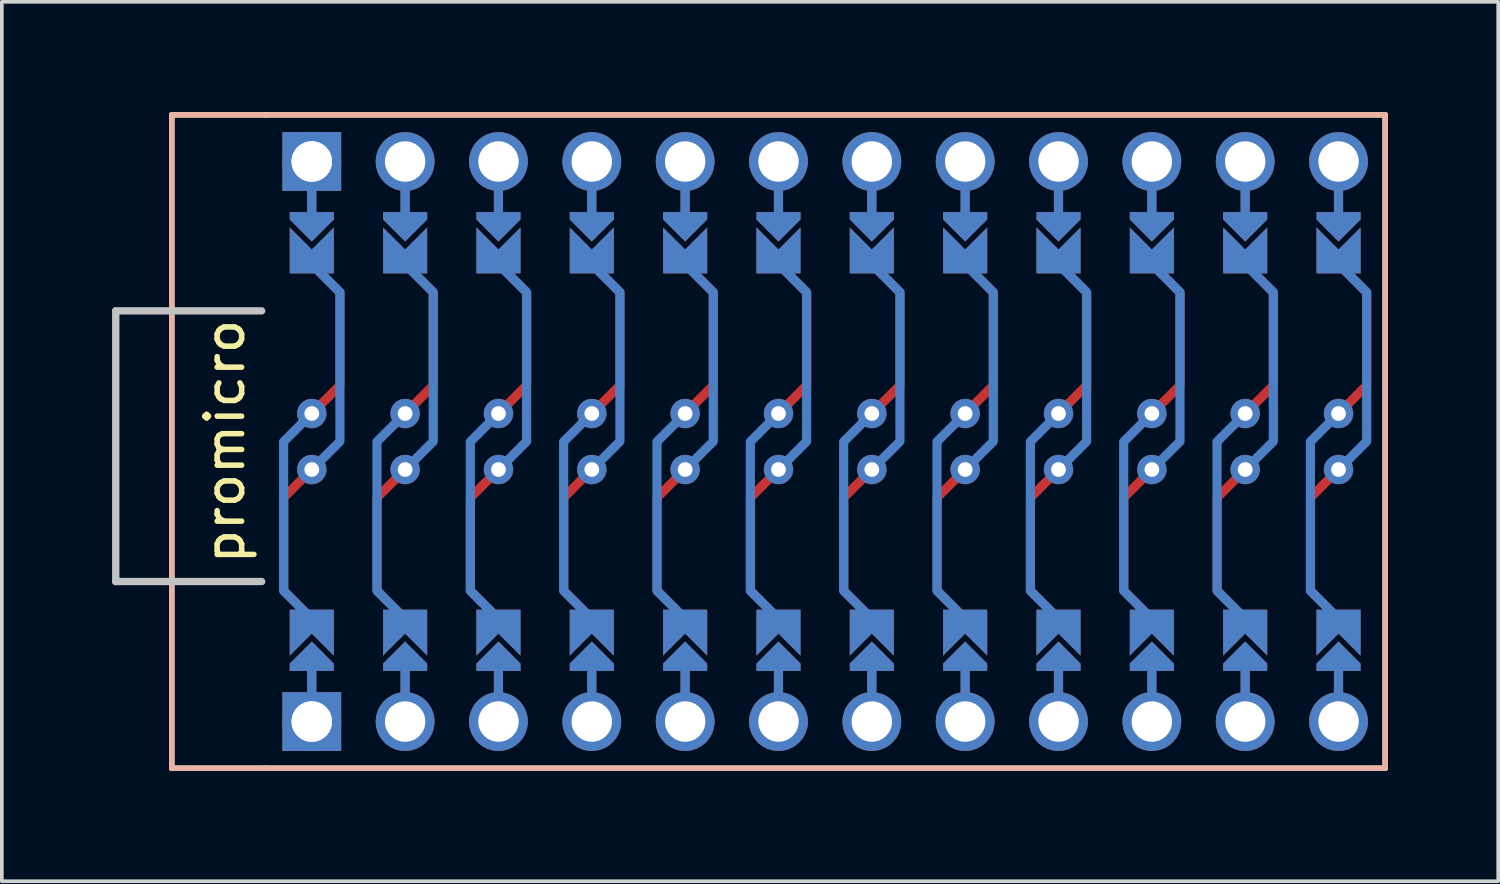
<source format=kicad_pcb>
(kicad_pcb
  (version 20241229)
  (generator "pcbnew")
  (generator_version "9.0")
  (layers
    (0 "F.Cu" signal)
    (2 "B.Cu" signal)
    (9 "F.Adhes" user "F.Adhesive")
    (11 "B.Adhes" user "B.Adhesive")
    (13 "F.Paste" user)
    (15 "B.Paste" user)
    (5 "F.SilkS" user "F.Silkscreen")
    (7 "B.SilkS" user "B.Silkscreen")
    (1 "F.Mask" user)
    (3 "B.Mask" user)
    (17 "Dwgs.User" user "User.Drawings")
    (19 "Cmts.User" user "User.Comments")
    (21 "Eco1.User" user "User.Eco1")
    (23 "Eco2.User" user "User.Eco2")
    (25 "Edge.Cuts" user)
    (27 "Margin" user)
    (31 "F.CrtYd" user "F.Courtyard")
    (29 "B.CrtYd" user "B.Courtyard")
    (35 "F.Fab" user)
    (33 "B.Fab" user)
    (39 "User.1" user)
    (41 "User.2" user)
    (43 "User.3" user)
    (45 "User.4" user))
  (footprint "promicro"
    (layer "F.Cu")
    (at 18.071 8.98)
    (property "Reference" "promicro" (at -15 -0.015 90) (unlocked yes) (layer "F.SilkS") (effects (font (size 1 1) (thickness 0.15))))
    (attr through_hole)
    (fp_circle (center -12.637 -0.777) (end -12.512 -0.777) (stroke (width 0.25) (type solid)) (fill no) (layer "F.Mask"))
    (fp_circle (center -12.637 0.747) (end -12.512 0.747) (stroke (width 0.25) (type solid)) (fill no) (layer "F.Mask"))
    (fp_circle (center -10.097 -0.777) (end -9.972 -0.777) (stroke (width 0.25) (type solid)) (fill no) (layer "F.Mask"))
    (fp_circle (center -10.097 0.747) (end -9.972 0.747) (stroke (width 0.25) (type solid)) (fill no) (layer "F.Mask"))
    (fp_circle (center -7.557 -0.777) (end -7.432 -0.777) (stroke (width 0.25) (type solid)) (fill no) (layer "F.Mask"))
    (fp_circle (center -7.557 0.747) (end -7.432 0.747) (stroke (width 0.25) (type solid)) (fill no) (layer "F.Mask"))
    (fp_circle (center -5.017 -0.777) (end -4.892 -0.777) (stroke (width 0.25) (type solid)) (fill no) (layer "F.Mask"))
    (fp_circle (center -5.017 0.747) (end -4.892 0.747) (stroke (width 0.25) (type solid)) (fill no) (layer "F.Mask"))
    (fp_circle (center -2.477 -0.777) (end -2.352 -0.777) (stroke (width 0.25) (type solid)) (fill no) (layer "F.Mask"))
    (fp_circle (center -2.477 0.747) (end -2.352 0.747) (stroke (width 0.25) (type solid)) (fill no) (layer "F.Mask"))
    (fp_circle (center 0.063 -0.777) (end 0.188 -0.777) (stroke (width 0.25) (type solid)) (fill no) (layer "F.Mask"))
    (fp_circle (center 0.063 0.747) (end 0.188 0.747) (stroke (width 0.25) (type solid)) (fill no) (layer "F.Mask"))
    (fp_circle (center 2.603 -0.777) (end 2.728 -0.777) (stroke (width 0.25) (type solid)) (fill no) (layer "F.Mask"))
    (fp_circle (center 2.603 0.747) (end 2.728 0.747) (stroke (width 0.25) (type solid)) (fill no) (layer "F.Mask"))
    (fp_circle (center 5.143 -0.777) (end 5.268 -0.777) (stroke (width 0.25) (type solid)) (fill no) (layer "F.Mask"))
    (fp_circle (center 5.143 0.747) (end 5.268 0.747) (stroke (width 0.25) (type solid)) (fill no) (layer "F.Mask"))
    (fp_circle (center 7.683 -0.777) (end 7.808 -0.777) (stroke (width 0.25) (type solid)) (fill no) (layer "F.Mask"))
    (fp_circle (center 7.683 0.747) (end 7.808 0.747) (stroke (width 0.25) (type solid)) (fill no) (layer "F.Mask"))
    (fp_circle (center 10.223 -0.777) (end 10.348 -0.777) (stroke (width 0.25) (type solid)) (fill no) (layer "F.Mask"))
    (fp_circle (center 10.223 0.747) (end 10.348 0.747) (stroke (width 0.25) (type solid)) (fill no) (layer "F.Mask"))
    (fp_circle (center 12.763 -0.777) (end 12.888 -0.777) (stroke (width 0.25) (type solid)) (fill no) (layer "F.Mask"))
    (fp_circle (center 12.763 0.747) (end 12.888 0.747) (stroke (width 0.25) (type solid)) (fill no) (layer "F.Mask"))
    (fp_circle (center 15.303 -0.777) (end 15.428 -0.777) (stroke (width 0.25) (type solid)) (fill no) (layer "F.Mask"))
    (fp_circle (center 15.303 0.747) (end 15.428 0.747) (stroke (width 0.25) (type solid)) (fill no) (layer "F.Mask"))
    (fp_poly (pts (xy -13.145 5.065) (xy -12.129 5.065) (xy -12.129 6.081) (xy -13.145 6.081)) (stroke (width 0.1) (type solid)) (fill yes) (layer "F.Mask"))
    (fp_poly (pts (xy -12.129 -5.095) (xy -13.145 -5.095) (xy -13.145 -6.111) (xy -12.129 -6.111)) (stroke (width 0.1) (type solid)) (fill yes) (layer "F.Mask"))
    (fp_poly (pts (xy -10.605 5.065) (xy -9.589 5.065) (xy -9.589 6.081) (xy -10.605 6.081)) (stroke (width 0.1) (type solid)) (fill yes) (layer "F.Mask"))
    (fp_poly (pts (xy -9.589 -5.095) (xy -10.605 -5.095) (xy -10.605 -6.111) (xy -9.589 -6.111)) (stroke (width 0.1) (type solid)) (fill yes) (layer "F.Mask"))
    (fp_poly (pts (xy -8.065 5.065) (xy -7.049 5.065) (xy -7.049 6.081) (xy -8.065 6.081)) (stroke (width 0.1) (type solid)) (fill yes) (layer "F.Mask"))
    (fp_poly (pts (xy -7.049 -5.095) (xy -8.065 -5.095) (xy -8.065 -6.111) (xy -7.049 -6.111)) (stroke (width 0.1) (type solid)) (fill yes) (layer "F.Mask"))
    (fp_poly (pts (xy -5.525 5.065) (xy -4.509 5.065) (xy -4.509 6.081) (xy -5.525 6.081)) (stroke (width 0.1) (type solid)) (fill yes) (layer "F.Mask"))
    (fp_poly (pts (xy -4.509 -5.095) (xy -5.525 -5.095) (xy -5.525 -6.111) (xy -4.509 -6.111)) (stroke (width 0.1) (type solid)) (fill yes) (layer "F.Mask"))
    (fp_poly (pts (xy -2.985 5.065) (xy -1.969 5.065) (xy -1.969 6.081) (xy -2.985 6.081)) (stroke (width 0.1) (type solid)) (fill yes) (layer "F.Mask"))
    (fp_poly (pts (xy -1.969 -5.095) (xy -2.985 -5.095) (xy -2.985 -6.111) (xy -1.969 -6.111)) (stroke (width 0.1) (type solid)) (fill yes) (layer "F.Mask"))
    (fp_poly (pts (xy -0.445 5.065) (xy 0.571 5.065) (xy 0.571 6.081) (xy -0.445 6.081)) (stroke (width 0.1) (type solid)) (fill yes) (layer "F.Mask"))
    (fp_poly (pts (xy 0.571 -5.095) (xy -0.445 -5.095) (xy -0.445 -6.111) (xy 0.571 -6.111)) (stroke (width 0.1) (type solid)) (fill yes) (layer "F.Mask"))
    (fp_poly (pts (xy 2.095 5.065) (xy 3.111 5.065) (xy 3.111 6.081) (xy 2.095 6.081)) (stroke (width 0.1) (type solid)) (fill yes) (layer "F.Mask"))
    (fp_poly (pts (xy 3.111 -5.095) (xy 2.095 -5.095) (xy 2.095 -6.111) (xy 3.111 -6.111)) (stroke (width 0.1) (type solid)) (fill yes) (layer "F.Mask"))
    (fp_poly (pts (xy 4.635 5.065) (xy 5.651 5.065) (xy 5.651 6.081) (xy 4.635 6.081)) (stroke (width 0.1) (type solid)) (fill yes) (layer "F.Mask"))
    (fp_poly (pts (xy 5.651 -5.095) (xy 4.635 -5.095) (xy 4.635 -6.111) (xy 5.651 -6.111)) (stroke (width 0.1) (type solid)) (fill yes) (layer "F.Mask"))
    (fp_poly (pts (xy 7.175 5.065) (xy 8.191 5.065) (xy 8.191 6.081) (xy 7.175 6.081)) (stroke (width 0.1) (type solid)) (fill yes) (layer "F.Mask"))
    (fp_poly (pts (xy 8.191 -5.095) (xy 7.175 -5.095) (xy 7.175 -6.111) (xy 8.191 -6.111)) (stroke (width 0.1) (type solid)) (fill yes) (layer "F.Mask"))
    (fp_poly (pts (xy 9.715 5.065) (xy 10.731 5.065) (xy 10.731 6.081) (xy 9.715 6.081)) (stroke (width 0.1) (type solid)) (fill yes) (layer "F.Mask"))
    (fp_poly (pts (xy 10.731 -5.095) (xy 9.715 -5.095) (xy 9.715 -6.111) (xy 10.731 -6.111)) (stroke (width 0.1) (type solid)) (fill yes) (layer "F.Mask"))
    (fp_poly (pts (xy 12.255 5.065) (xy 13.271 5.065) (xy 13.271 6.081) (xy 12.255 6.081)) (stroke (width 0.1) (type solid)) (fill yes) (layer "F.Mask"))
    (fp_poly (pts (xy 13.271 -5.095) (xy 12.255 -5.095) (xy 12.255 -6.111) (xy 13.271 -6.111)) (stroke (width 0.1) (type solid)) (fill yes) (layer "F.Mask"))
    (fp_poly (pts (xy 14.795 5.065) (xy 15.811 5.065) (xy 15.811 6.081) (xy 14.795 6.081)) (stroke (width 0.1) (type solid)) (fill yes) (layer "F.Mask"))
    (fp_poly (pts (xy 15.811 -5.095) (xy 14.795 -5.095) (xy 14.795 -6.111) (xy 15.811 -6.111)) (stroke (width 0.1) (type solid)) (fill yes) (layer "F.Mask"))
    (fp_circle (center -12.637 -0.777) (end -12.512 -0.777) (stroke (width 0.25) (type solid)) (fill no) (layer "B.Mask"))
    (fp_circle (center -12.637 0.747) (end -12.512 0.747) (stroke (width 0.25) (type solid)) (fill no) (layer "B.Mask"))
    (fp_circle (center -10.097 -0.777) (end -9.972 -0.777) (stroke (width 0.25) (type solid)) (fill no) (layer "B.Mask"))
    (fp_circle (center -10.097 0.747) (end -9.972 0.747) (stroke (width 0.25) (type solid)) (fill no) (layer "B.Mask"))
    (fp_circle (center -7.557 -0.777) (end -7.432 -0.777) (stroke (width 0.25) (type solid)) (fill no) (layer "B.Mask"))
    (fp_circle (center -7.557 0.747) (end -7.432 0.747) (stroke (width 0.25) (type solid)) (fill no) (layer "B.Mask"))
    (fp_circle (center -5.017 -0.777) (end -4.892 -0.777) (stroke (width 0.25) (type solid)) (fill no) (layer "B.Mask"))
    (fp_circle (center -5.017 0.747) (end -4.892 0.747) (stroke (width 0.25) (type solid)) (fill no) (layer "B.Mask"))
    (fp_circle (center -2.477 -0.777) (end -2.352 -0.777) (stroke (width 0.25) (type solid)) (fill no) (layer "B.Mask"))
    (fp_circle (center -2.477 0.747) (end -2.352 0.747) (stroke (width 0.25) (type solid)) (fill no) (layer "B.Mask"))
    (fp_circle (center 0.063 -0.777) (end 0.188 -0.777) (stroke (width 0.25) (type solid)) (fill no) (layer "B.Mask"))
    (fp_circle (center 0.063 0.747) (end 0.188 0.747) (stroke (width 0.25) (type solid)) (fill no) (layer "B.Mask"))
    (fp_circle (center 2.603 -0.777) (end 2.728 -0.777) (stroke (width 0.25) (type solid)) (fill no) (layer "B.Mask"))
    (fp_circle (center 2.603 0.747) (end 2.728 0.747) (stroke (width 0.25) (type solid)) (fill no) (layer "B.Mask"))
    (fp_circle (center 5.143 -0.777) (end 5.268 -0.777) (stroke (width 0.25) (type solid)) (fill no) (layer "B.Mask"))
    (fp_circle (center 5.143 0.747) (end 5.268 0.747) (stroke (width 0.25) (type solid)) (fill no) (layer "B.Mask"))
    (fp_circle (center 7.683 -0.777) (end 7.808 -0.777) (stroke (width 0.25) (type solid)) (fill no) (layer "B.Mask"))
    (fp_circle (center 7.683 0.747) (end 7.808 0.747) (stroke (width 0.25) (type solid)) (fill no) (layer "B.Mask"))
    (fp_circle (center 10.223 -0.777) (end 10.348 -0.777) (stroke (width 0.25) (type solid)) (fill no) (layer "B.Mask"))
    (fp_circle (center 10.223 0.747) (end 10.348 0.747) (stroke (width 0.25) (type solid)) (fill no) (layer "B.Mask"))
    (fp_circle (center 12.763 -0.777) (end 12.888 -0.777) (stroke (width 0.25) (type solid)) (fill no) (layer "B.Mask"))
    (fp_circle (center 12.763 0.747) (end 12.888 0.747) (stroke (width 0.25) (type solid)) (fill no) (layer "B.Mask"))
    (fp_circle (center 15.303 -0.777) (end 15.428 -0.777) (stroke (width 0.25) (type solid)) (fill no) (layer "B.Mask"))
    (fp_circle (center 15.303 0.747) (end 15.428 0.747) (stroke (width 0.25) (type solid)) (fill no) (layer "B.Mask"))
    (fp_poly (pts (xy -13.145 5.065) (xy -12.129 5.065) (xy -12.129 6.081) (xy -13.145 6.081)) (stroke (width 0.1) (type solid)) (fill yes) (layer "B.Mask"))
    (fp_poly (pts (xy -12.129 -5.095) (xy -13.145 -5.095) (xy -13.145 -6.111) (xy -12.129 -6.111)) (stroke (width 0.1) (type solid)) (fill yes) (layer "B.Mask"))
    (fp_poly (pts (xy -10.605 5.065) (xy -9.589 5.065) (xy -9.589 6.081) (xy -10.605 6.081)) (stroke (width 0.1) (type solid)) (fill yes) (layer "B.Mask"))
    (fp_poly (pts (xy -9.589 -5.095) (xy -10.605 -5.095) (xy -10.605 -6.111) (xy -9.589 -6.111)) (stroke (width 0.1) (type solid)) (fill yes) (layer "B.Mask"))
    (fp_poly (pts (xy -8.065 5.065) (xy -7.049 5.065) (xy -7.049 6.081) (xy -8.065 6.081)) (stroke (width 0.1) (type solid)) (fill yes) (layer "B.Mask"))
    (fp_poly (pts (xy -7.049 -5.095) (xy -8.065 -5.095) (xy -8.065 -6.111) (xy -7.049 -6.111)) (stroke (width 0.1) (type solid)) (fill yes) (layer "B.Mask"))
    (fp_poly (pts (xy -5.525 5.065) (xy -4.509 5.065) (xy -4.509 6.081) (xy -5.525 6.081)) (stroke (width 0.1) (type solid)) (fill yes) (layer "B.Mask"))
    (fp_poly (pts (xy -4.509 -5.095) (xy -5.525 -5.095) (xy -5.525 -6.111) (xy -4.509 -6.111)) (stroke (width 0.1) (type solid)) (fill yes) (layer "B.Mask"))
    (fp_poly (pts (xy -2.985 5.065) (xy -1.969 5.065) (xy -1.969 6.081) (xy -2.985 6.081)) (stroke (width 0.1) (type solid)) (fill yes) (layer "B.Mask"))
    (fp_poly (pts (xy -1.969 -5.095) (xy -2.985 -5.095) (xy -2.985 -6.111) (xy -1.969 -6.111)) (stroke (width 0.1) (type solid)) (fill yes) (layer "B.Mask"))
    (fp_poly (pts (xy -0.445 5.065) (xy 0.571 5.065) (xy 0.571 6.081) (xy -0.445 6.081)) (stroke (width 0.1) (type solid)) (fill yes) (layer "B.Mask"))
    (fp_poly (pts (xy 0.571 -5.095) (xy -0.445 -5.095) (xy -0.445 -6.111) (xy 0.571 -6.111)) (stroke (width 0.1) (type solid)) (fill yes) (layer "B.Mask"))
    (fp_poly (pts (xy 2.095 5.065) (xy 3.111 5.065) (xy 3.111 6.081) (xy 2.095 6.081)) (stroke (width 0.1) (type solid)) (fill yes) (layer "B.Mask"))
    (fp_poly (pts (xy 3.111 -5.095) (xy 2.095 -5.095) (xy 2.095 -6.111) (xy 3.111 -6.111)) (stroke (width 0.1) (type solid)) (fill yes) (layer "B.Mask"))
    (fp_poly (pts (xy 4.635 5.065) (xy 5.651 5.065) (xy 5.651 6.081) (xy 4.635 6.081)) (stroke (width 0.1) (type solid)) (fill yes) (layer "B.Mask"))
    (fp_poly (pts (xy 5.651 -5.095) (xy 4.635 -5.095) (xy 4.635 -6.111) (xy 5.651 -6.111)) (stroke (width 0.1) (type solid)) (fill yes) (layer "B.Mask"))
    (fp_poly (pts (xy 7.175 5.065) (xy 8.191 5.065) (xy 8.191 6.081) (xy 7.175 6.081)) (stroke (width 0.1) (type solid)) (fill yes) (layer "B.Mask"))
    (fp_poly (pts (xy 8.191 -5.095) (xy 7.175 -5.095) (xy 7.175 -6.111) (xy 8.191 -6.111)) (stroke (width 0.1) (type solid)) (fill yes) (layer "B.Mask"))
    (fp_poly (pts (xy 9.715 5.065) (xy 10.731 5.065) (xy 10.731 6.081) (xy 9.715 6.081)) (stroke (width 0.1) (type solid)) (fill yes) (layer "B.Mask"))
    (fp_poly (pts (xy 10.731 -5.095) (xy 9.715 -5.095) (xy 9.715 -6.111) (xy 10.731 -6.111)) (stroke (width 0.1) (type solid)) (fill yes) (layer "B.Mask"))
    (fp_poly (pts (xy 12.255 5.065) (xy 13.271 5.065) (xy 13.271 6.081) (xy 12.255 6.081)) (stroke (width 0.1) (type solid)) (fill yes) (layer "B.Mask"))
    (fp_poly (pts (xy 13.271 -5.095) (xy 12.255 -5.095) (xy 12.255 -6.111) (xy 13.271 -6.111)) (stroke (width 0.1) (type solid)) (fill yes) (layer "B.Mask"))
    (fp_poly (pts (xy 14.795 5.065) (xy 15.811 5.065) (xy 15.811 6.081) (xy 14.795 6.081)) (stroke (width 0.1) (type solid)) (fill yes) (layer "B.Mask"))
    (fp_poly (pts (xy 15.811 -5.095) (xy 14.795 -5.095) (xy 14.795 -6.111) (xy 15.811 -6.111)) (stroke (width 0.1) (type solid)) (fill yes) (layer "B.Mask"))
    (fp_line (start -16.447 -8.905) (end -16.447 8.875) (stroke (width 0.15) (type solid)) (layer "F.SilkS"))
    (fp_line (start -16.447 8.875) (end -13.907 8.875) (stroke (width 0.15) (type solid)) (layer "F.SilkS"))
    (fp_line (start -13.907 -8.905) (end -16.447 -8.905) (stroke (width 0.15) (type solid)) (layer "F.SilkS"))
    (fp_line (start -13.907 8.875) (end 16.573 8.875) (stroke (width 0.15) (type solid)) (layer "F.SilkS"))
    (fp_line (start 16.573 -8.905) (end -13.907 -8.905) (stroke (width 0.15) (type solid)) (layer "F.SilkS"))
    (fp_line (start 16.573 8.875) (end 16.573 -8.905) (stroke (width 0.15) (type solid)) (layer "F.SilkS"))
    (fp_line (start -16.447 -8.905) (end -16.447 8.875) (stroke (width 0.15) (type solid)) (layer "B.SilkS"))
    (fp_line (start -16.447 8.875) (end 16.573 8.875) (stroke (width 0.15) (type solid)) (layer "B.SilkS"))
    (fp_line (start 16.573 -8.905) (end -16.447 -8.905) (stroke (width 0.15) (type solid)) (layer "B.SilkS"))
    (fp_line (start 16.573 8.875) (end 16.573 -8.905) (stroke (width 0.15) (type solid)) (layer "B.SilkS"))
    (fp_line (start -17.971 -3.571) (end -14 -3.571) (stroke (width 0.2) (type solid)) (layer "Dwgs.User"))
    (fp_line (start -17.971 3.795) (end -17.971 -3.571) (stroke (width 0.2) (type solid)) (layer "Dwgs.User"))
    (fp_line (start -14 3.795) (end -17.971 3.795) (stroke (width 0.2) (type solid)) (layer "Dwgs.User"))
    (pad "" thru_hole circle (at -12.637 -7.635) (size 1.6 1.6) (drill 1.1) (layers "*.Cu" "*.Mask"))
    (pad "" thru_hole rect (at -12.637 -7.635) (size 1.6 1.6) (drill 1.1) (layers "B.Cu" "B.Mask"))
    (pad "" smd custom (at -12.637 -6.365) (size 0.25 1) (layers "F.Cu") (options (anchor rect)) (primitives))
    (pad "" smd custom (at -12.637 -6.365) (size 0.25 1) (layers "B.Cu") (options (anchor rect)) (primitives))
    (pad "" smd custom (at -12.637 -5.857) (size 0.1 0.1) (layers "F.Cu" "F.Mask") (options (anchor rect)) (primitives (gr_poly (pts (xy 0.6 -0.4) (xy -0.6 -0.4) (xy -0.6 -0.2) (xy 0 0.4) (xy 0.6 -0.2)) (width 0) (fill yes))))
    (pad "" smd custom (at -12.637 -5.857) (size 0.1 0.1) (layers "B.Cu" "B.Mask") (options (anchor rect)) (primitives (gr_poly (pts (xy 0.6 -0.4) (xy -0.6 -0.4) (xy -0.6 -0.2) (xy 0 0.4) (xy 0.6 -0.2)) (width 0) (fill yes))))
    (pad "" smd custom (at -12.637 5.827 180) (size 0.1 0.1) (layers "F.Cu" "F.Mask") (options (anchor rect)) (primitives (gr_poly (pts (xy 0.6 -0.4) (xy -0.6 -0.4) (xy -0.6 -0.2) (xy 0 0.4) (xy 0.6 -0.2)) (width 0) (fill yes))))
    (pad "" smd custom (at -12.637 5.827 180) (size 0.1 0.1) (layers "B.Cu" "B.Mask") (options (anchor rect)) (primitives (gr_poly (pts (xy 0.6 -0.4) (xy -0.6 -0.4) (xy -0.6 -0.2) (xy 0 0.4) (xy 0.6 -0.2)) (width 0) (fill yes))))
    (pad "" smd custom (at -12.637 6.335 180) (size 0.25 1) (layers "F.Cu") (options (anchor rect)) (primitives))
    (pad "" smd custom (at -12.637 6.335 180) (size 0.25 1) (layers "B.Cu") (options (anchor rect)) (primitives))
    (pad "" thru_hole circle (at -12.637 7.605) (size 1.6 1.6) (drill 1.1) (layers "*.Cu" "*.Mask"))
    (pad "" thru_hole rect (at -12.637 7.605) (size 1.6 1.6) (drill 1.1) (layers "F.Cu" "F.Mask"))
    (pad "" thru_hole circle (at -10.097 -7.635) (size 1.6 1.6) (drill 1.1) (layers "*.Cu" "*.Mask"))
    (pad "" smd custom (at -10.097 -6.365) (size 0.25 1) (layers "F.Cu") (options (anchor rect)) (primitives))
    (pad "" smd custom (at -10.097 -6.365) (size 0.25 1) (layers "B.Cu") (options (anchor rect)) (primitives))
    (pad "" smd custom (at -10.097 -5.857) (size 0.1 0.1) (layers "F.Cu" "F.Mask") (options (anchor rect)) (primitives (gr_poly (pts (xy 0.6 -0.4) (xy -0.6 -0.4) (xy -0.6 -0.2) (xy 0 0.4) (xy 0.6 -0.2)) (width 0) (fill yes))))
    (pad "" smd custom (at -10.097 -5.857) (size 0.1 0.1) (layers "B.Cu" "B.Mask") (options (anchor rect)) (primitives (gr_poly (pts (xy 0.6 -0.4) (xy -0.6 -0.4) (xy -0.6 -0.2) (xy 0 0.4) (xy 0.6 -0.2)) (width 0) (fill yes))))
    (pad "" smd custom (at -10.097 5.827 180) (size 0.1 0.1) (layers "F.Cu" "F.Mask") (options (anchor rect)) (primitives (gr_poly (pts (xy 0.6 -0.4) (xy -0.6 -0.4) (xy -0.6 -0.2) (xy 0 0.4) (xy 0.6 -0.2)) (width 0) (fill yes))))
    (pad "" smd custom (at -10.097 5.827 180) (size 0.1 0.1) (layers "B.Cu" "B.Mask") (options (anchor rect)) (primitives (gr_poly (pts (xy 0.6 -0.4) (xy -0.6 -0.4) (xy -0.6 -0.2) (xy 0 0.4) (xy 0.6 -0.2)) (width 0) (fill yes))))
    (pad "" smd custom (at -10.097 6.335 180) (size 0.25 1) (layers "F.Cu") (options (anchor rect)) (primitives))
    (pad "" smd custom (at -10.097 6.335 180) (size 0.25 1) (layers "B.Cu") (options (anchor rect)) (primitives))
    (pad "" thru_hole circle (at -10.097 7.605) (size 1.6 1.6) (drill 1.1) (layers "*.Cu" "*.Mask"))
    (pad "" thru_hole circle (at -7.557 -7.635) (size 1.6 1.6) (drill 1.1) (layers "*.Cu" "*.Mask"))
    (pad "" smd custom (at -7.557 -6.365) (size 0.25 1) (layers "F.Cu") (options (anchor rect)) (primitives))
    (pad "" smd custom (at -7.557 -6.365) (size 0.25 1) (layers "B.Cu") (options (anchor rect)) (primitives))
    (pad "" smd custom (at -7.557 -5.857) (size 0.1 0.1) (layers "F.Cu" "F.Mask") (options (anchor rect)) (primitives (gr_poly (pts (xy 0.6 -0.4) (xy -0.6 -0.4) (xy -0.6 -0.2) (xy 0 0.4) (xy 0.6 -0.2)) (width 0) (fill yes))))
    (pad "" smd custom (at -7.557 -5.857) (size 0.1 0.1) (layers "B.Cu" "B.Mask") (options (anchor rect)) (primitives (gr_poly (pts (xy 0.6 -0.4) (xy -0.6 -0.4) (xy -0.6 -0.2) (xy 0 0.4) (xy 0.6 -0.2)) (width 0) (fill yes))))
    (pad "" smd custom (at -7.557 5.827 180) (size 0.1 0.1) (layers "F.Cu" "F.Mask") (options (anchor rect)) (primitives (gr_poly (pts (xy 0.6 -0.4) (xy -0.6 -0.4) (xy -0.6 -0.2) (xy 0 0.4) (xy 0.6 -0.2)) (width 0) (fill yes))))
    (pad "" smd custom (at -7.557 5.827 180) (size 0.1 0.1) (layers "B.Cu" "B.Mask") (options (anchor rect)) (primitives (gr_poly (pts (xy 0.6 -0.4) (xy -0.6 -0.4) (xy -0.6 -0.2) (xy 0 0.4) (xy 0.6 -0.2)) (width 0) (fill yes))))
    (pad "" smd custom (at -7.557 6.335 180) (size 0.25 1) (layers "F.Cu") (options (anchor rect)) (primitives))
    (pad "" smd custom (at -7.557 6.335 180) (size 0.25 1) (layers "B.Cu") (options (anchor rect)) (primitives))
    (pad "" thru_hole circle (at -7.557 7.605) (size 1.6 1.6) (drill 1.1) (layers "*.Cu" "*.Mask"))
    (pad "" thru_hole circle (at -5.017 -7.635) (size 1.6 1.6) (drill 1.1) (layers "*.Cu" "*.Mask"))
    (pad "" smd custom (at -5.017 -6.365) (size 0.25 1) (layers "F.Cu") (options (anchor rect)) (primitives))
    (pad "" smd custom (at -5.017 -6.365) (size 0.25 1) (layers "B.Cu") (options (anchor rect)) (primitives))
    (pad "" smd custom (at -5.017 -5.857) (size 0.1 0.1) (layers "F.Cu" "F.Mask") (options (anchor rect)) (primitives (gr_poly (pts (xy 0.6 -0.4) (xy -0.6 -0.4) (xy -0.6 -0.2) (xy 0 0.4) (xy 0.6 -0.2)) (width 0) (fill yes))))
    (pad "" smd custom (at -5.017 -5.857) (size 0.1 0.1) (layers "B.Cu" "B.Mask") (options (anchor rect)) (primitives (gr_poly (pts (xy 0.6 -0.4) (xy -0.6 -0.4) (xy -0.6 -0.2) (xy 0 0.4) (xy 0.6 -0.2)) (width 0) (fill yes))))
    (pad "" smd custom (at -5.017 5.827 180) (size 0.1 0.1) (layers "F.Cu" "F.Mask") (options (anchor rect)) (primitives (gr_poly (pts (xy 0.6 -0.4) (xy -0.6 -0.4) (xy -0.6 -0.2) (xy 0 0.4) (xy 0.6 -0.2)) (width 0) (fill yes))))
    (pad "" smd custom (at -5.017 5.827 180) (size 0.1 0.1) (layers "B.Cu" "B.Mask") (options (anchor rect)) (primitives (gr_poly (pts (xy 0.6 -0.4) (xy -0.6 -0.4) (xy -0.6 -0.2) (xy 0 0.4) (xy 0.6 -0.2)) (width 0) (fill yes))))
    (pad "" smd custom (at -5.017 6.335 180) (size 0.25 1) (layers "F.Cu") (options (anchor rect)) (primitives))
    (pad "" smd custom (at -5.017 6.335 180) (size 0.25 1) (layers "B.Cu") (options (anchor rect)) (primitives))
    (pad "" thru_hole circle (at -5.017 7.605) (size 1.6 1.6) (drill 1.1) (layers "*.Cu" "*.Mask"))
    (pad "" thru_hole circle (at -2.477 -7.635) (size 1.6 1.6) (drill 1.1) (layers "*.Cu" "*.Mask"))
    (pad "" smd custom (at -2.477 -6.365) (size 0.25 1) (layers "F.Cu") (options (anchor rect)) (primitives))
    (pad "" smd custom (at -2.477 -6.365) (size 0.25 1) (layers "B.Cu") (options (anchor rect)) (primitives))
    (pad "" smd custom (at -2.477 -5.857) (size 0.1 0.1) (layers "F.Cu" "F.Mask") (options (anchor rect)) (primitives (gr_poly (pts (xy 0.6 -0.4) (xy -0.6 -0.4) (xy -0.6 -0.2) (xy 0 0.4) (xy 0.6 -0.2)) (width 0) (fill yes))))
    (pad "" smd custom (at -2.477 -5.857) (size 0.1 0.1) (layers "B.Cu" "B.Mask") (options (anchor rect)) (primitives (gr_poly (pts (xy 0.6 -0.4) (xy -0.6 -0.4) (xy -0.6 -0.2) (xy 0 0.4) (xy 0.6 -0.2)) (width 0) (fill yes))))
    (pad "" smd custom (at -2.477 5.827 180) (size 0.1 0.1) (layers "F.Cu" "F.Mask") (options (anchor rect)) (primitives (gr_poly (pts (xy 0.6 -0.4) (xy -0.6 -0.4) (xy -0.6 -0.2) (xy 0 0.4) (xy 0.6 -0.2)) (width 0) (fill yes))))
    (pad "" smd custom (at -2.477 5.827 180) (size 0.1 0.1) (layers "B.Cu" "B.Mask") (options (anchor rect)) (primitives (gr_poly (pts (xy 0.6 -0.4) (xy -0.6 -0.4) (xy -0.6 -0.2) (xy 0 0.4) (xy 0.6 -0.2)) (width 0) (fill yes))))
    (pad "" smd custom (at -2.477 6.335 180) (size 0.25 1) (layers "F.Cu") (options (anchor rect)) (primitives))
    (pad "" smd custom (at -2.477 6.335 180) (size 0.25 1) (layers "B.Cu") (options (anchor rect)) (primitives))
    (pad "" thru_hole circle (at -2.477 7.605) (size 1.6 1.6) (drill 1.1) (layers "*.Cu" "*.Mask"))
    (pad "" thru_hole circle (at 0.063 -7.635) (size 1.6 1.6) (drill 1.1) (layers "*.Cu" "*.Mask"))
    (pad "" smd custom (at 0.063 -6.365) (size 0.25 1) (layers "F.Cu") (options (anchor rect)) (primitives))
    (pad "" smd custom (at 0.063 -6.365) (size 0.25 1) (layers "B.Cu") (options (anchor rect)) (primitives))
    (pad "" smd custom (at 0.063 -5.857) (size 0.1 0.1) (layers "F.Cu" "F.Mask") (options (anchor rect)) (primitives (gr_poly (pts (xy 0.6 -0.4) (xy -0.6 -0.4) (xy -0.6 -0.2) (xy 0 0.4) (xy 0.6 -0.2)) (width 0) (fill yes))))
    (pad "" smd custom (at 0.063 -5.857) (size 0.1 0.1) (layers "B.Cu" "B.Mask") (options (anchor rect)) (primitives (gr_poly (pts (xy 0.6 -0.4) (xy -0.6 -0.4) (xy -0.6 -0.2) (xy 0 0.4) (xy 0.6 -0.2)) (width 0) (fill yes))))
    (pad "" smd custom (at 0.063 5.827 180) (size 0.1 0.1) (layers "F.Cu" "F.Mask") (options (anchor rect)) (primitives (gr_poly (pts (xy 0.6 -0.4) (xy -0.6 -0.4) (xy -0.6 -0.2) (xy 0 0.4) (xy 0.6 -0.2)) (width 0) (fill yes))))
    (pad "" smd custom (at 0.063 5.827 180) (size 0.1 0.1) (layers "B.Cu" "B.Mask") (options (anchor rect)) (primitives (gr_poly (pts (xy 0.6 -0.4) (xy -0.6 -0.4) (xy -0.6 -0.2) (xy 0 0.4) (xy 0.6 -0.2)) (width 0) (fill yes))))
    (pad "" smd custom (at 0.063 6.335 180) (size 0.25 1) (layers "F.Cu") (options (anchor rect)) (primitives))
    (pad "" smd custom (at 0.063 6.335 180) (size 0.25 1) (layers "B.Cu") (options (anchor rect)) (primitives))
    (pad "" thru_hole circle (at 0.063 7.605) (size 1.6 1.6) (drill 1.1) (layers "*.Cu" "*.Mask"))
    (pad "" thru_hole circle (at 2.603 -7.635) (size 1.6 1.6) (drill 1.1) (layers "*.Cu" "*.Mask"))
    (pad "" smd custom (at 2.603 -6.365) (size 0.25 1) (layers "F.Cu") (options (anchor rect)) (primitives))
    (pad "" smd custom (at 2.603 -6.365) (size 0.25 1) (layers "B.Cu") (options (anchor rect)) (primitives))
    (pad "" smd custom (at 2.603 -5.857) (size 0.1 0.1) (layers "F.Cu" "F.Mask") (options (anchor rect)) (primitives (gr_poly (pts (xy 0.6 -0.4) (xy -0.6 -0.4) (xy -0.6 -0.2) (xy 0 0.4) (xy 0.6 -0.2)) (width 0) (fill yes))))
    (pad "" smd custom (at 2.603 -5.857) (size 0.1 0.1) (layers "B.Cu" "B.Mask") (options (anchor rect)) (primitives (gr_poly (pts (xy 0.6 -0.4) (xy -0.6 -0.4) (xy -0.6 -0.2) (xy 0 0.4) (xy 0.6 -0.2)) (width 0) (fill yes))))
    (pad "" smd custom (at 2.603 5.827 180) (size 0.1 0.1) (layers "F.Cu" "F.Mask") (options (anchor rect)) (primitives (gr_poly (pts (xy 0.6 -0.4) (xy -0.6 -0.4) (xy -0.6 -0.2) (xy 0 0.4) (xy 0.6 -0.2)) (width 0) (fill yes))))
    (pad "" smd custom (at 2.603 5.827 180) (size 0.1 0.1) (layers "B.Cu" "B.Mask") (options (anchor rect)) (primitives (gr_poly (pts (xy 0.6 -0.4) (xy -0.6 -0.4) (xy -0.6 -0.2) (xy 0 0.4) (xy 0.6 -0.2)) (width 0) (fill yes))))
    (pad "" smd custom (at 2.603 6.335 180) (size 0.25 1) (layers "F.Cu") (options (anchor rect)) (primitives))
    (pad "" smd custom (at 2.603 6.335 180) (size 0.25 1) (layers "B.Cu") (options (anchor rect)) (primitives))
    (pad "" thru_hole circle (at 2.603 7.605) (size 1.6 1.6) (drill 1.1) (layers "*.Cu" "*.Mask"))
    (pad "" thru_hole circle (at 5.143 -7.635) (size 1.6 1.6) (drill 1.1) (layers "*.Cu" "*.Mask"))
    (pad "" smd custom (at 5.143 -6.365) (size 0.25 1) (layers "F.Cu") (options (anchor rect)) (primitives))
    (pad "" smd custom (at 5.143 -6.365) (size 0.25 1) (layers "B.Cu") (options (anchor rect)) (primitives))
    (pad "" smd custom (at 5.143 -5.857) (size 0.1 0.1) (layers "F.Cu" "F.Mask") (options (anchor rect)) (primitives (gr_poly (pts (xy 0.6 -0.4) (xy -0.6 -0.4) (xy -0.6 -0.2) (xy 0 0.4) (xy 0.6 -0.2)) (width 0) (fill yes))))
    (pad "" smd custom (at 5.143 -5.857) (size 0.1 0.1) (layers "B.Cu" "B.Mask") (options (anchor rect)) (primitives (gr_poly (pts (xy 0.6 -0.4) (xy -0.6 -0.4) (xy -0.6 -0.2) (xy 0 0.4) (xy 0.6 -0.2)) (width 0) (fill yes))))
    (pad "" smd custom (at 5.143 5.827 180) (size 0.1 0.1) (layers "F.Cu" "F.Mask") (options (anchor rect)) (primitives (gr_poly (pts (xy 0.6 -0.4) (xy -0.6 -0.4) (xy -0.6 -0.2) (xy 0 0.4) (xy 0.6 -0.2)) (width 0) (fill yes))))
    (pad "" smd custom (at 5.143 5.827 180) (size 0.1 0.1) (layers "B.Cu" "B.Mask") (options (anchor rect)) (primitives (gr_poly (pts (xy 0.6 -0.4) (xy -0.6 -0.4) (xy -0.6 -0.2) (xy 0 0.4) (xy 0.6 -0.2)) (width 0) (fill yes))))
    (pad "" smd custom (at 5.143 6.335 180) (size 0.25 1) (layers "F.Cu") (options (anchor rect)) (primitives))
    (pad "" smd custom (at 5.143 6.335 180) (size 0.25 1) (layers "B.Cu") (options (anchor rect)) (primitives))
    (pad "" thru_hole circle (at 5.143 7.605) (size 1.6 1.6) (drill 1.1) (layers "*.Cu" "*.Mask"))
    (pad "" thru_hole circle (at 7.683 -7.635) (size 1.6 1.6) (drill 1.1) (layers "*.Cu" "*.Mask"))
    (pad "" smd custom (at 7.683 -6.365) (size 0.25 1) (layers "F.Cu") (options (anchor rect)) (primitives))
    (pad "" smd custom (at 7.683 -6.365) (size 0.25 1) (layers "B.Cu") (options (anchor rect)) (primitives))
    (pad "" smd custom (at 7.683 -5.857) (size 0.1 0.1) (layers "F.Cu" "F.Mask") (options (anchor rect)) (primitives (gr_poly (pts (xy 0.6 -0.4) (xy -0.6 -0.4) (xy -0.6 -0.2) (xy 0 0.4) (xy 0.6 -0.2)) (width 0) (fill yes))))
    (pad "" smd custom (at 7.683 -5.857) (size 0.1 0.1) (layers "B.Cu" "B.Mask") (options (anchor rect)) (primitives (gr_poly (pts (xy 0.6 -0.4) (xy -0.6 -0.4) (xy -0.6 -0.2) (xy 0 0.4) (xy 0.6 -0.2)) (width 0) (fill yes))))
    (pad "" smd custom (at 7.683 5.827 180) (size 0.1 0.1) (layers "F.Cu" "F.Mask") (options (anchor rect)) (primitives (gr_poly (pts (xy 0.6 -0.4) (xy -0.6 -0.4) (xy -0.6 -0.2) (xy 0 0.4) (xy 0.6 -0.2)) (width 0) (fill yes))))
    (pad "" smd custom (at 7.683 5.827 180) (size 0.1 0.1) (layers "B.Cu" "B.Mask") (options (anchor rect)) (primitives (gr_poly (pts (xy 0.6 -0.4) (xy -0.6 -0.4) (xy -0.6 -0.2) (xy 0 0.4) (xy 0.6 -0.2)) (width 0) (fill yes))))
    (pad "" smd custom (at 7.683 6.335 180) (size 0.25 1) (layers "F.Cu") (options (anchor rect)) (primitives))
    (pad "" smd custom (at 7.683 6.335 180) (size 0.25 1) (layers "B.Cu") (options (anchor rect)) (primitives))
    (pad "" thru_hole circle (at 7.683 7.605) (size 1.6 1.6) (drill 1.1) (layers "*.Cu" "*.Mask"))
    (pad "" thru_hole circle (at 10.223 -7.635) (size 1.6 1.6) (drill 1.1) (layers "*.Cu" "*.Mask"))
    (pad "" smd custom (at 10.223 -6.365) (size 0.25 1) (layers "F.Cu") (options (anchor rect)) (primitives))
    (pad "" smd custom (at 10.223 -6.365) (size 0.25 1) (layers "B.Cu") (options (anchor rect)) (primitives))
    (pad "" smd custom (at 10.223 -5.857) (size 0.1 0.1) (layers "F.Cu" "F.Mask") (options (anchor rect)) (primitives (gr_poly (pts (xy 0.6 -0.4) (xy -0.6 -0.4) (xy -0.6 -0.2) (xy 0 0.4) (xy 0.6 -0.2)) (width 0) (fill yes))))
    (pad "" smd custom (at 10.223 -5.857) (size 0.1 0.1) (layers "B.Cu" "B.Mask") (options (anchor rect)) (primitives (gr_poly (pts (xy 0.6 -0.4) (xy -0.6 -0.4) (xy -0.6 -0.2) (xy 0 0.4) (xy 0.6 -0.2)) (width 0) (fill yes))))
    (pad "" smd custom (at 10.223 5.827 180) (size 0.1 0.1) (layers "F.Cu" "F.Mask") (options (anchor rect)) (primitives (gr_poly (pts (xy 0.6 -0.4) (xy -0.6 -0.4) (xy -0.6 -0.2) (xy 0 0.4) (xy 0.6 -0.2)) (width 0) (fill yes))))
    (pad "" smd custom (at 10.223 5.827 180) (size 0.1 0.1) (layers "B.Cu" "B.Mask") (options (anchor rect)) (primitives (gr_poly (pts (xy 0.6 -0.4) (xy -0.6 -0.4) (xy -0.6 -0.2) (xy 0 0.4) (xy 0.6 -0.2)) (width 0) (fill yes))))
    (pad "" smd custom (at 10.223 6.335 180) (size 0.25 1) (layers "F.Cu") (options (anchor rect)) (primitives))
    (pad "" smd custom (at 10.223 6.335 180) (size 0.25 1) (layers "B.Cu") (options (anchor rect)) (primitives))
    (pad "" thru_hole circle (at 10.223 7.605) (size 1.6 1.6) (drill 1.1) (layers "*.Cu" "*.Mask"))
    (pad "" thru_hole circle (at 12.763 -7.635) (size 1.6 1.6) (drill 1.1) (layers "*.Cu" "*.Mask"))
    (pad "" smd custom (at 12.763 -6.365) (size 0.25 1) (layers "F.Cu") (options (anchor rect)) (primitives))
    (pad "" smd custom (at 12.763 -6.365) (size 0.25 1) (layers "B.Cu") (options (anchor rect)) (primitives))
    (pad "" smd custom (at 12.763 -5.857) (size 0.1 0.1) (layers "F.Cu" "F.Mask") (options (anchor rect)) (primitives (gr_poly (pts (xy 0.6 -0.4) (xy -0.6 -0.4) (xy -0.6 -0.2) (xy 0 0.4) (xy 0.6 -0.2)) (width 0) (fill yes))))
    (pad "" smd custom (at 12.763 -5.857) (size 0.1 0.1) (layers "B.Cu" "B.Mask") (options (anchor rect)) (primitives (gr_poly (pts (xy 0.6 -0.4) (xy -0.6 -0.4) (xy -0.6 -0.2) (xy 0 0.4) (xy 0.6 -0.2)) (width 0) (fill yes))))
    (pad "" smd custom (at 12.763 5.827 180) (size 0.1 0.1) (layers "F.Cu" "F.Mask") (options (anchor rect)) (primitives (gr_poly (pts (xy 0.6 -0.4) (xy -0.6 -0.4) (xy -0.6 -0.2) (xy 0 0.4) (xy 0.6 -0.2)) (width 0) (fill yes))))
    (pad "" smd custom (at 12.763 5.827 180) (size 0.1 0.1) (layers "B.Cu" "B.Mask") (options (anchor rect)) (primitives (gr_poly (pts (xy 0.6 -0.4) (xy -0.6 -0.4) (xy -0.6 -0.2) (xy 0 0.4) (xy 0.6 -0.2)) (width 0) (fill yes))))
    (pad "" smd custom (at 12.763 6.335 180) (size 0.25 1) (layers "F.Cu") (options (anchor rect)) (primitives))
    (pad "" smd custom (at 12.763 6.335 180) (size 0.25 1) (layers "B.Cu") (options (anchor rect)) (primitives))
    (pad "" thru_hole circle (at 12.763 7.605) (size 1.6 1.6) (drill 1.1) (layers "*.Cu" "*.Mask"))
    (pad "" thru_hole circle (at 15.303 -7.635) (size 1.6 1.6) (drill 1.1) (layers "*.Cu" "*.Mask"))
    (pad "" smd custom (at 15.303 -6.365) (size 0.25 1) (layers "F.Cu") (options (anchor rect)) (primitives))
    (pad "" smd custom (at 15.303 -6.365) (size 0.25 1) (layers "B.Cu") (options (anchor rect)) (primitives))
    (pad "" smd custom (at 15.303 -5.857) (size 0.1 0.1) (layers "F.Cu" "F.Mask") (options (anchor rect)) (primitives (gr_poly (pts (xy 0.6 -0.4) (xy -0.6 -0.4) (xy -0.6 -0.2) (xy 0 0.4) (xy 0.6 -0.2)) (width 0) (fill yes))))
    (pad "" smd custom (at 15.303 -5.857) (size 0.1 0.1) (layers "B.Cu" "B.Mask") (options (anchor rect)) (primitives (gr_poly (pts (xy 0.6 -0.4) (xy -0.6 -0.4) (xy -0.6 -0.2) (xy 0 0.4) (xy 0.6 -0.2)) (width 0) (fill yes))))
    (pad "" smd custom (at 15.303 5.827 180) (size 0.1 0.1) (layers "F.Cu" "F.Mask") (options (anchor rect)) (primitives (gr_poly (pts (xy 0.6 -0.4) (xy -0.6 -0.4) (xy -0.6 -0.2) (xy 0 0.4) (xy 0.6 -0.2)) (width 0) (fill yes))))
    (pad "" smd custom (at 15.303 5.827 180) (size 0.1 0.1) (layers "B.Cu" "B.Mask") (options (anchor rect)) (primitives (gr_poly (pts (xy 0.6 -0.4) (xy -0.6 -0.4) (xy -0.6 -0.2) (xy 0 0.4) (xy 0.6 -0.2)) (width 0) (fill yes))))
    (pad "" smd custom (at 15.303 6.335 180) (size 0.25 1) (layers "F.Cu") (options (anchor rect)) (primitives))
    (pad "" smd custom (at 15.303 6.335 180) (size 0.25 1) (layers "B.Cu") (options (anchor rect)) (primitives))
    (pad "" thru_hole circle (at 15.303 7.605) (size 1.6 1.6) (drill 1.1) (layers "*.Cu" "*.Mask"))
    (pad "1" smd custom (at -12.637 -4.841) (size 1.2 0.5) (layers "F.Cu" "F.Mask") (options (anchor rect)) (primitives (gr_poly (pts (xy 0.6 0) (xy -0.6 0) (xy -0.6 -1) (xy 0 -0.4) (xy 0.6 -1)) (width 0) (fill yes))))
    (pad "1" smd custom (at -12.637 -0.777) (size 0.25 0.25) (layers "F.Cu") (options (anchor circle)) (primitives (gr_line (start 0 0) (end 0.766 -0.766) (width 0.25)) (gr_line (start 0.766 -0.766) (end 0.766 -3.298) (width 0.25)) (gr_line (start 0.766 -3.298) (end 0 -4.064) (width 0.25))))
    (pad "1" smd custom (at -12.637 -0.777) (size 0.25 0.25) (layers "B.Cu") (options (anchor circle)) (primitives (gr_line (start 0 0) (end -0.766 0.766) (width 0.25)) (gr_line (start -0.766 0.766) (end -0.766 4.822) (width 0.25)) (gr_line (start -0.766 4.822) (end 0 5.588) (width 0.25))))
    (pad "1" thru_hole circle (at -12.637 -0.777 180) (size 0.8 0.8) (drill 0.4) (layers "*.Cu"))
    (pad "1" smd custom (at -12.637 4.811 180) (size 1.2 0.5) (layers "B.Cu" "B.Mask") (options (anchor rect)) (primitives (gr_poly (pts (xy 0.6 0) (xy -0.6 0) (xy -0.6 -1) (xy 0 -0.4) (xy 0.6 -1)) (width 0) (fill yes))))
    (pad "2" smd custom (at -10.097 -4.841) (size 1.2 0.5) (layers "F.Cu" "F.Mask") (options (anchor rect)) (primitives (gr_poly (pts (xy 0.6 0) (xy -0.6 0) (xy -0.6 -1) (xy 0 -0.4) (xy 0.6 -1)) (width 0) (fill yes))))
    (pad "2" smd custom (at -10.097 -0.777) (size 0.25 0.25) (layers "F.Cu") (options (anchor circle)) (primitives (gr_line (start 0 0) (end 0.766 -0.766) (width 0.25)) (gr_line (start 0.766 -0.766) (end 0.766 -3.298) (width 0.25)) (gr_line (start 0.766 -3.298) (end 0 -4.064) (width 0.25))))
    (pad "2" smd custom (at -10.097 -0.777) (size 0.25 0.25) (layers "B.Cu") (options (anchor circle)) (primitives (gr_line (start 0 0) (end -0.766 0.766) (width 0.25)) (gr_line (start -0.766 0.766) (end -0.766 4.822) (width 0.25)) (gr_line (start -0.766 4.822) (end 0 5.588) (width 0.25))))
    (pad "2" thru_hole circle (at -10.097 -0.777 180) (size 0.8 0.8) (drill 0.4) (layers "*.Cu"))
    (pad "2" smd custom (at -10.097 4.811 180) (size 1.2 0.5) (layers "B.Cu" "B.Mask") (options (anchor rect)) (primitives (gr_poly (pts (xy 0.6 0) (xy -0.6 0) (xy -0.6 -1) (xy 0 -0.4) (xy 0.6 -1)) (width 0) (fill yes))))
    (pad "3" smd custom (at -7.557 -4.841) (size 1.2 0.5) (layers "F.Cu" "F.Mask") (options (anchor rect)) (primitives (gr_poly (pts (xy 0.6 0) (xy -0.6 0) (xy -0.6 -1) (xy 0 -0.4) (xy 0.6 -1)) (width 0) (fill yes))))
    (pad "3" smd custom (at -7.557 -0.777) (size 0.25 0.25) (layers "F.Cu") (options (anchor circle)) (primitives (gr_line (start 0 0) (end 0.766 -0.766) (width 0.25)) (gr_line (start 0.766 -0.766) (end 0.766 -3.298) (width 0.25)) (gr_line (start 0.766 -3.298) (end 0 -4.064) (width 0.25))))
    (pad "3" smd custom (at -7.557 -0.777) (size 0.25 0.25) (layers "B.Cu") (options (anchor circle)) (primitives (gr_line (start 0 0) (end -0.766 0.766) (width 0.25)) (gr_line (start -0.766 0.766) (end -0.766 4.822) (width 0.25)) (gr_line (start -0.766 4.822) (end 0 5.588) (width 0.25))))
    (pad "3" thru_hole circle (at -7.557 -0.777 180) (size 0.8 0.8) (drill 0.4) (layers "*.Cu"))
    (pad "3" smd custom (at -7.557 4.811 180) (size 1.2 0.5) (layers "B.Cu" "B.Mask") (options (anchor rect)) (primitives (gr_poly (pts (xy 0.6 0) (xy -0.6 0) (xy -0.6 -1) (xy 0 -0.4) (xy 0.6 -1)) (width 0) (fill yes))))
    (pad "4" smd custom (at -5.017 -4.841) (size 1.2 0.5) (layers "F.Cu" "F.Mask") (options (anchor rect)) (primitives (gr_poly (pts (xy 0.6 0) (xy -0.6 0) (xy -0.6 -1) (xy 0 -0.4) (xy 0.6 -1)) (width 0) (fill yes))))
    (pad "4" smd custom (at -5.017 -0.777) (size 0.25 0.25) (layers "F.Cu") (options (anchor circle)) (primitives (gr_line (start 0 0) (end 0.766 -0.766) (width 0.25)) (gr_line (start 0.766 -0.766) (end 0.766 -3.298) (width 0.25)) (gr_line (start 0.766 -3.298) (end 0 -4.064) (width 0.25))))
    (pad "4" smd custom (at -5.017 -0.777) (size 0.25 0.25) (layers "B.Cu") (options (anchor circle)) (primitives (gr_line (start 0 0) (end -0.766 0.766) (width 0.25)) (gr_line (start -0.766 0.766) (end -0.766 4.822) (width 0.25)) (gr_line (start -0.766 4.822) (end 0 5.588) (width 0.25))))
    (pad "4" thru_hole circle (at -5.017 -0.777 180) (size 0.8 0.8) (drill 0.4) (layers "*.Cu"))
    (pad "4" smd custom (at -5.017 4.811 180) (size 1.2 0.5) (layers "B.Cu" "B.Mask") (options (anchor rect)) (primitives (gr_poly (pts (xy 0.6 0) (xy -0.6 0) (xy -0.6 -1) (xy 0 -0.4) (xy 0.6 -1)) (width 0) (fill yes))))
    (pad "5" smd custom (at -2.477 -4.841) (size 1.2 0.5) (layers "F.Cu" "F.Mask") (options (anchor rect)) (primitives (gr_poly (pts (xy 0.6 0) (xy -0.6 0) (xy -0.6 -1) (xy 0 -0.4) (xy 0.6 -1)) (width 0) (fill yes))))
    (pad "5" smd custom (at -2.477 -0.777) (size 0.25 0.25) (layers "F.Cu") (options (anchor circle)) (primitives (gr_line (start 0 0) (end 0.766 -0.766) (width 0.25)) (gr_line (start 0.766 -0.766) (end 0.766 -3.298) (width 0.25)) (gr_line (start 0.766 -3.298) (end 0 -4.064) (width 0.25))))
    (pad "5" smd custom (at -2.477 -0.777) (size 0.25 0.25) (layers "B.Cu") (options (anchor circle)) (primitives (gr_line (start 0 0) (end -0.766 0.766) (width 0.25)) (gr_line (start -0.766 0.766) (end -0.766 4.822) (width 0.25)) (gr_line (start -0.766 4.822) (end 0 5.588) (width 0.25))))
    (pad "5" thru_hole circle (at -2.477 -0.777 180) (size 0.8 0.8) (drill 0.4) (layers "*.Cu"))
    (pad "5" smd custom (at -2.477 4.811 180) (size 1.2 0.5) (layers "B.Cu" "B.Mask") (options (anchor rect)) (primitives (gr_poly (pts (xy 0.6 0) (xy -0.6 0) (xy -0.6 -1) (xy 0 -0.4) (xy 0.6 -1)) (width 0) (fill yes))))
    (pad "6" smd custom (at 0.063 -4.841) (size 1.2 0.5) (layers "F.Cu" "F.Mask") (options (anchor rect)) (primitives (gr_poly (pts (xy 0.6 0) (xy -0.6 0) (xy -0.6 -1) (xy 0 -0.4) (xy 0.6 -1)) (width 0) (fill yes))))
    (pad "6" smd custom (at 0.063 -0.777) (size 0.25 0.25) (layers "F.Cu") (options (anchor circle)) (primitives (gr_line (start 0 0) (end 0.766 -0.766) (width 0.25)) (gr_line (start 0.766 -0.766) (end 0.766 -3.298) (width 0.25)) (gr_line (start 0.766 -3.298) (end 0 -4.064) (width 0.25))))
    (pad "6" smd custom (at 0.063 -0.777) (size 0.25 0.25) (layers "B.Cu") (options (anchor circle)) (primitives (gr_line (start 0 0) (end -0.766 0.766) (width 0.25)) (gr_line (start -0.766 0.766) (end -0.766 4.822) (width 0.25)) (gr_line (start -0.766 4.822) (end 0 5.588) (width 0.25))))
    (pad "6" thru_hole circle (at 0.063 -0.777 180) (size 0.8 0.8) (drill 0.4) (layers "*.Cu"))
    (pad "6" smd custom (at 0.063 4.811 180) (size 1.2 0.5) (layers "B.Cu" "B.Mask") (options (anchor rect)) (primitives (gr_poly (pts (xy 0.6 0) (xy -0.6 0) (xy -0.6 -1) (xy 0 -0.4) (xy 0.6 -1)) (width 0) (fill yes))))
    (pad "7" smd custom (at 2.603 -4.841) (size 1.2 0.5) (layers "F.Cu" "F.Mask") (options (anchor rect)) (primitives (gr_poly (pts (xy 0.6 0) (xy -0.6 0) (xy -0.6 -1) (xy 0 -0.4) (xy 0.6 -1)) (width 0) (fill yes))))
    (pad "7" smd custom (at 2.603 -0.777) (size 0.25 0.25) (layers "F.Cu") (options (anchor circle)) (primitives (gr_line (start 0 0) (end 0.766 -0.766) (width 0.25)) (gr_line (start 0.766 -0.766) (end 0.766 -3.298) (width 0.25)) (gr_line (start 0.766 -3.298) (end 0 -4.064) (width 0.25))))
    (pad "7" smd custom (at 2.603 -0.777) (size 0.25 0.25) (layers "B.Cu") (options (anchor circle)) (primitives (gr_line (start 0 0) (end -0.766 0.766) (width 0.25)) (gr_line (start -0.766 0.766) (end -0.766 4.822) (width 0.25)) (gr_line (start -0.766 4.822) (end 0 5.588) (width 0.25))))
    (pad "7" thru_hole circle (at 2.603 -0.777 180) (size 0.8 0.8) (drill 0.4) (layers "*.Cu"))
    (pad "7" smd custom (at 2.603 4.811 180) (size 1.2 0.5) (layers "B.Cu" "B.Mask") (options (anchor rect)) (primitives (gr_poly (pts (xy 0.6 0) (xy -0.6 0) (xy -0.6 -1) (xy 0 -0.4) (xy 0.6 -1)) (width 0) (fill yes))))
    (pad "8" smd custom (at 5.143 -4.841) (size 1.2 0.5) (layers "F.Cu" "F.Mask") (options (anchor rect)) (primitives (gr_poly (pts (xy 0.6 0) (xy -0.6 0) (xy -0.6 -1) (xy 0 -0.4) (xy 0.6 -1)) (width 0) (fill yes))))
    (pad "8" smd custom (at 5.143 -0.777) (size 0.25 0.25) (layers "F.Cu") (options (anchor circle)) (primitives (gr_line (start 0 0) (end 0.766 -0.766) (width 0.25)) (gr_line (start 0.766 -0.766) (end 0.766 -3.298) (width 0.25)) (gr_line (start 0.766 -3.298) (end 0 -4.064) (width 0.25))))
    (pad "8" smd custom (at 5.143 -0.777) (size 0.25 0.25) (layers "B.Cu") (options (anchor circle)) (primitives (gr_line (start 0 0) (end -0.766 0.766) (width 0.25)) (gr_line (start -0.766 0.766) (end -0.766 4.822) (width 0.25)) (gr_line (start -0.766 4.822) (end 0 5.588) (width 0.25))))
    (pad "8" thru_hole circle (at 5.143 -0.777 180) (size 0.8 0.8) (drill 0.4) (layers "*.Cu"))
    (pad "8" smd custom (at 5.143 4.811 180) (size 1.2 0.5) (layers "B.Cu" "B.Mask") (options (anchor rect)) (primitives (gr_poly (pts (xy 0.6 0) (xy -0.6 0) (xy -0.6 -1) (xy 0 -0.4) (xy 0.6 -1)) (width 0) (fill yes))))
    (pad "9" smd custom (at 7.683 -4.841) (size 1.2 0.5) (layers "F.Cu" "F.Mask") (options (anchor rect)) (primitives (gr_poly (pts (xy 0.6 0) (xy -0.6 0) (xy -0.6 -1) (xy 0 -0.4) (xy 0.6 -1)) (width 0) (fill yes))))
    (pad "9" smd custom (at 7.683 -0.777) (size 0.25 0.25) (layers "F.Cu") (options (anchor circle)) (primitives (gr_line (start 0 0) (end 0.766 -0.766) (width 0.25)) (gr_line (start 0.766 -0.766) (end 0.766 -3.298) (width 0.25)) (gr_line (start 0.766 -3.298) (end 0 -4.064) (width 0.25))))
    (pad "9" smd custom (at 7.683 -0.777) (size 0.25 0.25) (layers "B.Cu") (options (anchor circle)) (primitives (gr_line (start 0 0) (end -0.766 0.766) (width 0.25)) (gr_line (start -0.766 0.766) (end -0.766 4.822) (width 0.25)) (gr_line (start -0.766 4.822) (end 0 5.588) (width 0.25))))
    (pad "9" thru_hole circle (at 7.683 -0.777 180) (size 0.8 0.8) (drill 0.4) (layers "*.Cu"))
    (pad "9" smd custom (at 7.683 4.811 180) (size 1.2 0.5) (layers "B.Cu" "B.Mask") (options (anchor rect)) (primitives (gr_poly (pts (xy 0.6 0) (xy -0.6 0) (xy -0.6 -1) (xy 0 -0.4) (xy 0.6 -1)) (width 0) (fill yes))))
    (pad "10" smd custom (at 10.223 -4.841) (size 1.2 0.5) (layers "F.Cu" "F.Mask") (options (anchor rect)) (primitives (gr_poly (pts (xy 0.6 0) (xy -0.6 0) (xy -0.6 -1) (xy 0 -0.4) (xy 0.6 -1)) (width 0) (fill yes))))
    (pad "10" smd custom (at 10.223 -0.777) (size 0.25 0.25) (layers "F.Cu") (options (anchor circle)) (primitives (gr_line (start 0 0) (end 0.766 -0.766) (width 0.25)) (gr_line (start 0.766 -0.766) (end 0.766 -3.298) (width 0.25)) (gr_line (start 0.766 -3.298) (end 0 -4.064) (width 0.25))))
    (pad "10" smd custom (at 10.223 -0.777) (size 0.25 0.25) (layers "B.Cu") (options (anchor circle)) (primitives (gr_line (start 0 0) (end -0.766 0.766) (width 0.25)) (gr_line (start -0.766 0.766) (end -0.766 4.822) (width 0.25)) (gr_line (start -0.766 4.822) (end 0 5.588) (width 0.25))))
    (pad "10" thru_hole circle (at 10.223 -0.777 180) (size 0.8 0.8) (drill 0.4) (layers "*.Cu"))
    (pad "10" smd custom (at 10.223 4.811 180) (size 1.2 0.5) (layers "B.Cu" "B.Mask") (options (anchor rect)) (primitives (gr_poly (pts (xy 0.6 0) (xy -0.6 0) (xy -0.6 -1) (xy 0 -0.4) (xy 0.6 -1)) (width 0) (fill yes))))
    (pad "11" smd custom (at 12.763 -4.841) (size 1.2 0.5) (layers "F.Cu" "F.Mask") (options (anchor rect)) (primitives (gr_poly (pts (xy 0.6 0) (xy -0.6 0) (xy -0.6 -1) (xy 0 -0.4) (xy 0.6 -1)) (width 0) (fill yes))))
    (pad "11" smd custom (at 12.763 -0.777) (size 0.25 0.25) (layers "F.Cu") (options (anchor circle)) (primitives (gr_line (start 0 0) (end 0.766 -0.766) (width 0.25)) (gr_line (start 0.766 -0.766) (end 0.766 -3.298) (width 0.25)) (gr_line (start 0.766 -3.298) (end 0 -4.064) (width 0.25))))
    (pad "11" smd custom (at 12.763 -0.777) (size 0.25 0.25) (layers "B.Cu") (options (anchor circle)) (primitives (gr_line (start 0 0) (end -0.766 0.766) (width 0.25)) (gr_line (start -0.766 0.766) (end -0.766 4.822) (width 0.25)) (gr_line (start -0.766 4.822) (end 0 5.588) (width 0.25))))
    (pad "11" thru_hole circle (at 12.763 -0.777 180) (size 0.8 0.8) (drill 0.4) (layers "*.Cu"))
    (pad "11" smd custom (at 12.763 4.811 180) (size 1.2 0.5) (layers "B.Cu" "B.Mask") (options (anchor rect)) (primitives (gr_poly (pts (xy 0.6 0) (xy -0.6 0) (xy -0.6 -1) (xy 0 -0.4) (xy 0.6 -1)) (width 0) (fill yes))))
    (pad "12" smd custom (at 15.303 -4.841) (size 1.2 0.5) (layers "F.Cu" "F.Mask") (options (anchor rect)) (primitives (gr_poly (pts (xy 0.6 0) (xy -0.6 0) (xy -0.6 -1) (xy 0 -0.4) (xy 0.6 -1)) (width 0) (fill yes))))
    (pad "12" smd custom (at 15.303 -0.777) (size 0.25 0.25) (layers "F.Cu") (options (anchor circle)) (primitives (gr_line (start 0 0) (end 0.766 -0.766) (width 0.25)) (gr_line (start 0.766 -0.766) (end 0.766 -3.298) (width 0.25)) (gr_line (start 0.766 -3.298) (end 0 -4.064) (width 0.25))))
    (pad "12" smd custom (at 15.303 -0.777) (size 0.25 0.25) (layers "B.Cu") (options (anchor circle)) (primitives (gr_line (start 0 0) (end -0.766 0.766) (width 0.25)) (gr_line (start -0.766 0.766) (end -0.766 4.822) (width 0.25)) (gr_line (start -0.766 4.822) (end 0 5.588) (width 0.25))))
    (pad "12" thru_hole circle (at 15.303 -0.777 180) (size 0.8 0.8) (drill 0.4) (layers "*.Cu"))
    (pad "12" smd custom (at 15.303 4.811 180) (size 1.2 0.5) (layers "B.Cu" "B.Mask") (options (anchor rect)) (primitives (gr_poly (pts (xy 0.6 0) (xy -0.6 0) (xy -0.6 -1) (xy 0 -0.4) (xy 0.6 -1)) (width 0) (fill yes))))
    (pad "13" smd custom (at 15.303 -4.841) (size 1.2 0.5) (layers "B.Cu" "B.Mask") (options (anchor rect)) (primitives (gr_poly (pts (xy 0.6 0) (xy -0.6 0) (xy -0.6 -1) (xy 0 -0.4) (xy 0.6 -1)) (width 0) (fill yes))))
    (pad "13" smd custom (at 15.303 0.747 180) (size 0.25 0.25) (layers "F.Cu") (options (anchor circle)) (primitives (gr_line (start 0 0) (end 0.762 -0.762) (width 0.25)) (gr_line (start 0.762 -0.762) (end 0.762 -3.302) (width 0.25)) (gr_line (start 0.762 -3.302) (end 0 -4.064) (width 0.25))))
    (pad "13" smd custom (at 15.303 0.747 180) (size 0.25 0.25) (layers "B.Cu") (options (anchor circle)) (primitives (gr_line (start 0 0) (end -0.766 0.766) (width 0.25)) (gr_line (start -0.766 0.766) (end -0.766 4.822) (width 0.25)) (gr_line (start -0.766 4.822) (end 0 5.588) (width 0.25))))
    (pad "13" thru_hole circle (at 15.303 0.747 180) (size 0.8 0.8) (drill 0.4) (layers "*.Cu"))
    (pad "13" smd custom (at 15.303 4.811 180) (size 1.2 0.5) (layers "F.Cu" "F.Mask") (options (anchor rect)) (primitives (gr_poly (pts (xy 0.6 0) (xy -0.6 0) (xy -0.6 -1) (xy 0 -0.4) (xy 0.6 -1)) (width 0) (fill yes))))
    (pad "14" smd custom (at 12.763 -4.841) (size 1.2 0.5) (layers "B.Cu" "B.Mask") (options (anchor rect)) (primitives (gr_poly (pts (xy 0.6 0) (xy -0.6 0) (xy -0.6 -1) (xy 0 -0.4) (xy 0.6 -1)) (width 0) (fill yes))))
    (pad "14" smd custom (at 12.763 0.747 180) (size 0.25 0.25) (layers "F.Cu") (options (anchor circle)) (primitives (gr_line (start 0 0) (end 0.762 -0.762) (width 0.25)) (gr_line (start 0.762 -0.762) (end 0.762 -3.302) (width 0.25)) (gr_line (start 0.762 -3.302) (end 0 -4.064) (width 0.25))))
    (pad "14" smd custom (at 12.763 0.747 180) (size 0.25 0.25) (layers "B.Cu") (options (anchor circle)) (primitives (gr_line (start 0 0) (end -0.766 0.766) (width 0.25)) (gr_line (start -0.766 0.766) (end -0.766 4.822) (width 0.25)) (gr_line (start -0.766 4.822) (end 0 5.588) (width 0.25))))
    (pad "14" thru_hole circle (at 12.763 0.747 180) (size 0.8 0.8) (drill 0.4) (layers "*.Cu"))
    (pad "14" smd custom (at 12.763 4.811 180) (size 1.2 0.5) (layers "F.Cu" "F.Mask") (options (anchor rect)) (primitives (gr_poly (pts (xy 0.6 0) (xy -0.6 0) (xy -0.6 -1) (xy 0 -0.4) (xy 0.6 -1)) (width 0) (fill yes))))
    (pad "15" smd custom (at 10.223 -4.841) (size 1.2 0.5) (layers "B.Cu" "B.Mask") (options (anchor rect)) (primitives (gr_poly (pts (xy 0.6 0) (xy -0.6 0) (xy -0.6 -1) (xy 0 -0.4) (xy 0.6 -1)) (width 0) (fill yes))))
    (pad "15" smd custom (at 10.223 0.747 180) (size 0.25 0.25) (layers "F.Cu") (options (anchor circle)) (primitives (gr_line (start 0 0) (end 0.762 -0.762) (width 0.25)) (gr_line (start 0.762 -0.762) (end 0.762 -3.302) (width 0.25)) (gr_line (start 0.762 -3.302) (end 0 -4.064) (width 0.25))))
    (pad "15" smd custom (at 10.223 0.747 180) (size 0.25 0.25) (layers "B.Cu") (options (anchor circle)) (primitives (gr_line (start 0 0) (end -0.766 0.766) (width 0.25)) (gr_line (start -0.766 0.766) (end -0.766 4.822) (width 0.25)) (gr_line (start -0.766 4.822) (end 0 5.588) (width 0.25))))
    (pad "15" thru_hole circle (at 10.223 0.747 180) (size 0.8 0.8) (drill 0.4) (layers "*.Cu"))
    (pad "15" smd custom (at 10.223 4.811 180) (size 1.2 0.5) (layers "F.Cu" "F.Mask") (options (anchor rect)) (primitives (gr_poly (pts (xy 0.6 0) (xy -0.6 0) (xy -0.6 -1) (xy 0 -0.4) (xy 0.6 -1)) (width 0) (fill yes))))
    (pad "16" smd custom (at 7.683 -4.841) (size 1.2 0.5) (layers "B.Cu" "B.Mask") (options (anchor rect)) (primitives (gr_poly (pts (xy 0.6 0) (xy -0.6 0) (xy -0.6 -1) (xy 0 -0.4) (xy 0.6 -1)) (width 0) (fill yes))))
    (pad "16" smd custom (at 7.683 0.747 180) (size 0.25 0.25) (layers "F.Cu") (options (anchor circle)) (primitives (gr_line (start 0 0) (end 0.762 -0.762) (width 0.25)) (gr_line (start 0.762 -0.762) (end 0.762 -3.302) (width 0.25)) (gr_line (start 0.762 -3.302) (end 0 -4.064) (width 0.25))))
    (pad "16" smd custom (at 7.683 0.747 180) (size 0.25 0.25) (layers "B.Cu") (options (anchor circle)) (primitives (gr_line (start 0 0) (end -0.766 0.766) (width 0.25)) (gr_line (start -0.766 0.766) (end -0.766 4.822) (width 0.25)) (gr_line (start -0.766 4.822) (end 0 5.588) (width 0.25))))
    (pad "16" thru_hole circle (at 7.683 0.747 180) (size 0.8 0.8) (drill 0.4) (layers "*.Cu"))
    (pad "16" smd custom (at 7.683 4.811 180) (size 1.2 0.5) (layers "F.Cu" "F.Mask") (options (anchor rect)) (primitives (gr_poly (pts (xy 0.6 0) (xy -0.6 0) (xy -0.6 -1) (xy 0 -0.4) (xy 0.6 -1)) (width 0) (fill yes))))
    (pad "17" smd custom (at 5.143 -4.841) (size 1.2 0.5) (layers "B.Cu" "B.Mask") (options (anchor rect)) (primitives (gr_poly (pts (xy 0.6 0) (xy -0.6 0) (xy -0.6 -1) (xy 0 -0.4) (xy 0.6 -1)) (width 0) (fill yes))))
    (pad "17" smd custom (at 5.143 0.747 180) (size 0.25 0.25) (layers "F.Cu") (options (anchor circle)) (primitives (gr_line (start 0 0) (end 0.762 -0.762) (width 0.25)) (gr_line (start 0.762 -0.762) (end 0.762 -3.302) (width 0.25)) (gr_line (start 0.762 -3.302) (end 0 -4.064) (width 0.25))))
    (pad "17" smd custom (at 5.143 0.747 180) (size 0.25 0.25) (layers "B.Cu") (options (anchor circle)) (primitives (gr_line (start 0 0) (end -0.766 0.766) (width 0.25)) (gr_line (start -0.766 0.766) (end -0.766 4.822) (width 0.25)) (gr_line (start -0.766 4.822) (end 0 5.588) (width 0.25))))
    (pad "17" thru_hole circle (at 5.143 0.747 180) (size 0.8 0.8) (drill 0.4) (layers "*.Cu"))
    (pad "17" smd custom (at 5.143 4.811 180) (size 1.2 0.5) (layers "F.Cu" "F.Mask") (options (anchor rect)) (primitives (gr_poly (pts (xy 0.6 0) (xy -0.6 0) (xy -0.6 -1) (xy 0 -0.4) (xy 0.6 -1)) (width 0) (fill yes))))
    (pad "18" smd custom (at 2.603 -4.841) (size 1.2 0.5) (layers "B.Cu" "B.Mask") (options (anchor rect)) (primitives (gr_poly (pts (xy 0.6 0) (xy -0.6 0) (xy -0.6 -1) (xy 0 -0.4) (xy 0.6 -1)) (width 0) (fill yes))))
    (pad "18" smd custom (at 2.603 0.747 180) (size 0.25 0.25) (layers "F.Cu") (options (anchor circle)) (primitives (gr_line (start 0 0) (end 0.762 -0.762) (width 0.25)) (gr_line (start 0.762 -0.762) (end 0.762 -3.302) (width 0.25)) (gr_line (start 0.762 -3.302) (end 0 -4.064) (width 0.25))))
    (pad "18" smd custom (at 2.603 0.747 180) (size 0.25 0.25) (layers "B.Cu") (options (anchor circle)) (primitives (gr_line (start 0 0) (end -0.766 0.766) (width 0.25)) (gr_line (start -0.766 0.766) (end -0.766 4.822) (width 0.25)) (gr_line (start -0.766 4.822) (end 0 5.588) (width 0.25))))
    (pad "18" thru_hole circle (at 2.603 0.747 180) (size 0.8 0.8) (drill 0.4) (layers "*.Cu"))
    (pad "18" smd custom (at 2.603 4.811 180) (size 1.2 0.5) (layers "F.Cu" "F.Mask") (options (anchor rect)) (primitives (gr_poly (pts (xy 0.6 0) (xy -0.6 0) (xy -0.6 -1) (xy 0 -0.4) (xy 0.6 -1)) (width 0) (fill yes))))
    (pad "19" smd custom (at 0.063 -4.841) (size 1.2 0.5) (layers "B.Cu" "B.Mask") (options (anchor rect)) (primitives (gr_poly (pts (xy 0.6 0) (xy -0.6 0) (xy -0.6 -1) (xy 0 -0.4) (xy 0.6 -1)) (width 0) (fill yes))))
    (pad "19" smd custom (at 0.063 0.747 180) (size 0.25 0.25) (layers "F.Cu") (options (anchor circle)) (primitives (gr_line (start 0 0) (end 0.762 -0.762) (width 0.25)) (gr_line (start 0.762 -0.762) (end 0.762 -3.302) (width 0.25)) (gr_line (start 0.762 -3.302) (end 0 -4.064) (width 0.25))))
    (pad "19" smd custom (at 0.063 0.747 180) (size 0.25 0.25) (layers "B.Cu") (options (anchor circle)) (primitives (gr_line (start 0 0) (end -0.766 0.766) (width 0.25)) (gr_line (start -0.766 0.766) (end -0.766 4.822) (width 0.25)) (gr_line (start -0.766 4.822) (end 0 5.588) (width 0.25))))
    (pad "19" thru_hole circle (at 0.063 0.747 180) (size 0.8 0.8) (drill 0.4) (layers "*.Cu"))
    (pad "19" smd custom (at 0.063 4.811 180) (size 1.2 0.5) (layers "F.Cu" "F.Mask") (options (anchor rect)) (primitives (gr_poly (pts (xy 0.6 0) (xy -0.6 0) (xy -0.6 -1) (xy 0 -0.4) (xy 0.6 -1)) (width 0) (fill yes))))
    (pad "20" smd custom (at -2.477 -4.841) (size 1.2 0.5) (layers "B.Cu" "B.Mask") (options (anchor rect)) (primitives (gr_poly (pts (xy 0.6 0) (xy -0.6 0) (xy -0.6 -1) (xy 0 -0.4) (xy 0.6 -1)) (width 0) (fill yes))))
    (pad "20" smd custom (at -2.477 0.747 180) (size 0.25 0.25) (layers "F.Cu") (options (anchor circle)) (primitives (gr_line (start 0 0) (end 0.762 -0.762) (width 0.25)) (gr_line (start 0.762 -0.762) (end 0.762 -3.302) (width 0.25)) (gr_line (start 0.762 -3.302) (end 0 -4.064) (width 0.25))))
    (pad "20" smd custom (at -2.477 0.747 180) (size 0.25 0.25) (layers "B.Cu") (options (anchor circle)) (primitives (gr_line (start 0 0) (end -0.766 0.766) (width 0.25)) (gr_line (start -0.766 0.766) (end -0.766 4.822) (width 0.25)) (gr_line (start -0.766 4.822) (end 0 5.588) (width 0.25))))
    (pad "20" thru_hole circle (at -2.477 0.747 180) (size 0.8 0.8) (drill 0.4) (layers "*.Cu"))
    (pad "20" smd custom (at -2.477 4.811 180) (size 1.2 0.5) (layers "F.Cu" "F.Mask") (options (anchor rect)) (primitives (gr_poly (pts (xy 0.6 0) (xy -0.6 0) (xy -0.6 -1) (xy 0 -0.4) (xy 0.6 -1)) (width 0) (fill yes))))
    (pad "21" smd custom (at -5.017 -4.841) (size 1.2 0.5) (layers "B.Cu" "B.Mask") (options (anchor rect)) (primitives (gr_poly (pts (xy 0.6 0) (xy -0.6 0) (xy -0.6 -1) (xy 0 -0.4) (xy 0.6 -1)) (width 0) (fill yes))))
    (pad "21" smd custom (at -5.017 0.747 180) (size 0.25 0.25) (layers "F.Cu") (options (anchor circle)) (primitives (gr_line (start 0 0) (end 0.762 -0.762) (width 0.25)) (gr_line (start 0.762 -0.762) (end 0.762 -3.302) (width 0.25)) (gr_line (start 0.762 -3.302) (end 0 -4.064) (width 0.25))))
    (pad "21" smd custom (at -5.017 0.747 180) (size 0.25 0.25) (layers "B.Cu") (options (anchor circle)) (primitives (gr_line (start 0 0) (end -0.766 0.766) (width 0.25)) (gr_line (start -0.766 0.766) (end -0.766 4.822) (width 0.25)) (gr_line (start -0.766 4.822) (end 0 5.588) (width 0.25))))
    (pad "21" thru_hole circle (at -5.017 0.747 180) (size 0.8 0.8) (drill 0.4) (layers "*.Cu"))
    (pad "21" smd custom (at -5.017 4.811 180) (size 1.2 0.5) (layers "F.Cu" "F.Mask") (options (anchor rect)) (primitives (gr_poly (pts (xy 0.6 0) (xy -0.6 0) (xy -0.6 -1) (xy 0 -0.4) (xy 0.6 -1)) (width 0) (fill yes))))
    (pad "22" smd custom (at -7.557 -4.841) (size 1.2 0.5) (layers "B.Cu" "B.Mask") (options (anchor rect)) (primitives (gr_poly (pts (xy 0.6 0) (xy -0.6 0) (xy -0.6 -1) (xy 0 -0.4) (xy 0.6 -1)) (width 0) (fill yes))))
    (pad "22" smd custom (at -7.557 0.747 180) (size 0.25 0.25) (layers "F.Cu") (options (anchor circle)) (primitives (gr_line (start 0 0) (end 0.762 -0.762) (width 0.25)) (gr_line (start 0.762 -0.762) (end 0.762 -3.302) (width 0.25)) (gr_line (start 0.762 -3.302) (end 0 -4.064) (width 0.25))))
    (pad "22" smd custom (at -7.557 0.747 180) (size 0.25 0.25) (layers "B.Cu") (options (anchor circle)) (primitives (gr_line (start 0 0) (end -0.766 0.766) (width 0.25)) (gr_line (start -0.766 0.766) (end -0.766 4.822) (width 0.25)) (gr_line (start -0.766 4.822) (end 0 5.588) (width 0.25))))
    (pad "22" thru_hole circle (at -7.557 0.747 180) (size 0.8 0.8) (drill 0.4) (layers "*.Cu"))
    (pad "22" smd custom (at -7.557 4.811 180) (size 1.2 0.5) (layers "F.Cu" "F.Mask") (options (anchor rect)) (primitives (gr_poly (pts (xy 0.6 0) (xy -0.6 0) (xy -0.6 -1) (xy 0 -0.4) (xy 0.6 -1)) (width 0) (fill yes))))
    (pad "23" smd custom (at -10.097 -4.841) (size 1.2 0.5) (layers "B.Cu" "B.Mask") (options (anchor rect)) (primitives (gr_poly (pts (xy 0.6 0) (xy -0.6 0) (xy -0.6 -1) (xy 0 -0.4) (xy 0.6 -1)) (width 0) (fill yes))))
    (pad "23" smd custom (at -10.097 0.747 180) (size 0.25 0.25) (layers "F.Cu") (options (anchor circle)) (primitives (gr_line (start 0 0) (end 0.762 -0.762) (width 0.25)) (gr_line (start 0.762 -0.762) (end 0.762 -3.302) (width 0.25)) (gr_line (start 0.762 -3.302) (end 0 -4.064) (width 0.25))))
    (pad "23" smd custom (at -10.097 0.747 180) (size 0.25 0.25) (layers "B.Cu") (options (anchor circle)) (primitives (gr_line (start 0 0) (end -0.766 0.766) (width 0.25)) (gr_line (start -0.766 0.766) (end -0.766 4.822) (width 0.25)) (gr_line (start -0.766 4.822) (end 0 5.588) (width 0.25))))
    (pad "23" thru_hole circle (at -10.097 0.747 180) (size 0.8 0.8) (drill 0.4) (layers "*.Cu"))
    (pad "23" smd custom (at -10.097 4.811 180) (size 1.2 0.5) (layers "F.Cu" "F.Mask") (options (anchor rect)) (primitives (gr_poly (pts (xy 0.6 0) (xy -0.6 0) (xy -0.6 -1) (xy 0 -0.4) (xy 0.6 -1)) (width 0) (fill yes))))
    (pad "24" smd custom (at -12.637 -4.841) (size 1.2 0.5) (layers "B.Cu" "B.Mask") (options (anchor rect)) (primitives (gr_poly (pts (xy 0.6 0) (xy -0.6 0) (xy -0.6 -1) (xy 0 -0.4) (xy 0.6 -1)) (width 0) (fill yes))))
    (pad "24" smd custom (at -12.637 0.747 180) (size 0.25 0.25) (layers "F.Cu") (options (anchor circle)) (primitives (gr_line (start 0 0) (end 0.762 -0.762) (width 0.25)) (gr_line (start 0.762 -0.762) (end 0.762 -3.302) (width 0.25)) (gr_line (start 0.762 -3.302) (end 0 -4.064) (width 0.25))))
    (pad "24" smd custom (at -12.637 0.747 180) (size 0.25 0.25) (layers "B.Cu") (options (anchor circle)) (primitives (gr_line (start 0 0) (end -0.766 0.766) (width 0.25)) (gr_line (start -0.766 0.766) (end -0.766 4.822) (width 0.25)) (gr_line (start -0.766 4.822) (end 0 5.588) (width 0.25))))
    (pad "24" thru_hole circle (at -12.637 0.747 180) (size 0.8 0.8) (drill 0.4) (layers "*.Cu"))
    (pad "24" smd custom (at -12.637 4.811 180) (size 1.2 0.5) (layers "F.Cu" "F.Mask") (options (anchor rect)) (primitives (gr_poly (pts (xy 0.6 0) (xy -0.6 0) (xy -0.6 -1) (xy 0 -0.4) (xy 0.6 -1)) (width 0) (fill yes)))))
  (gr_rect
    (start -3 -3)
    (end 37.719 20.93)
    (stroke (width 0.1) (type default))
    (fill no)
    (layer "Edge.Cuts")))
</source>
